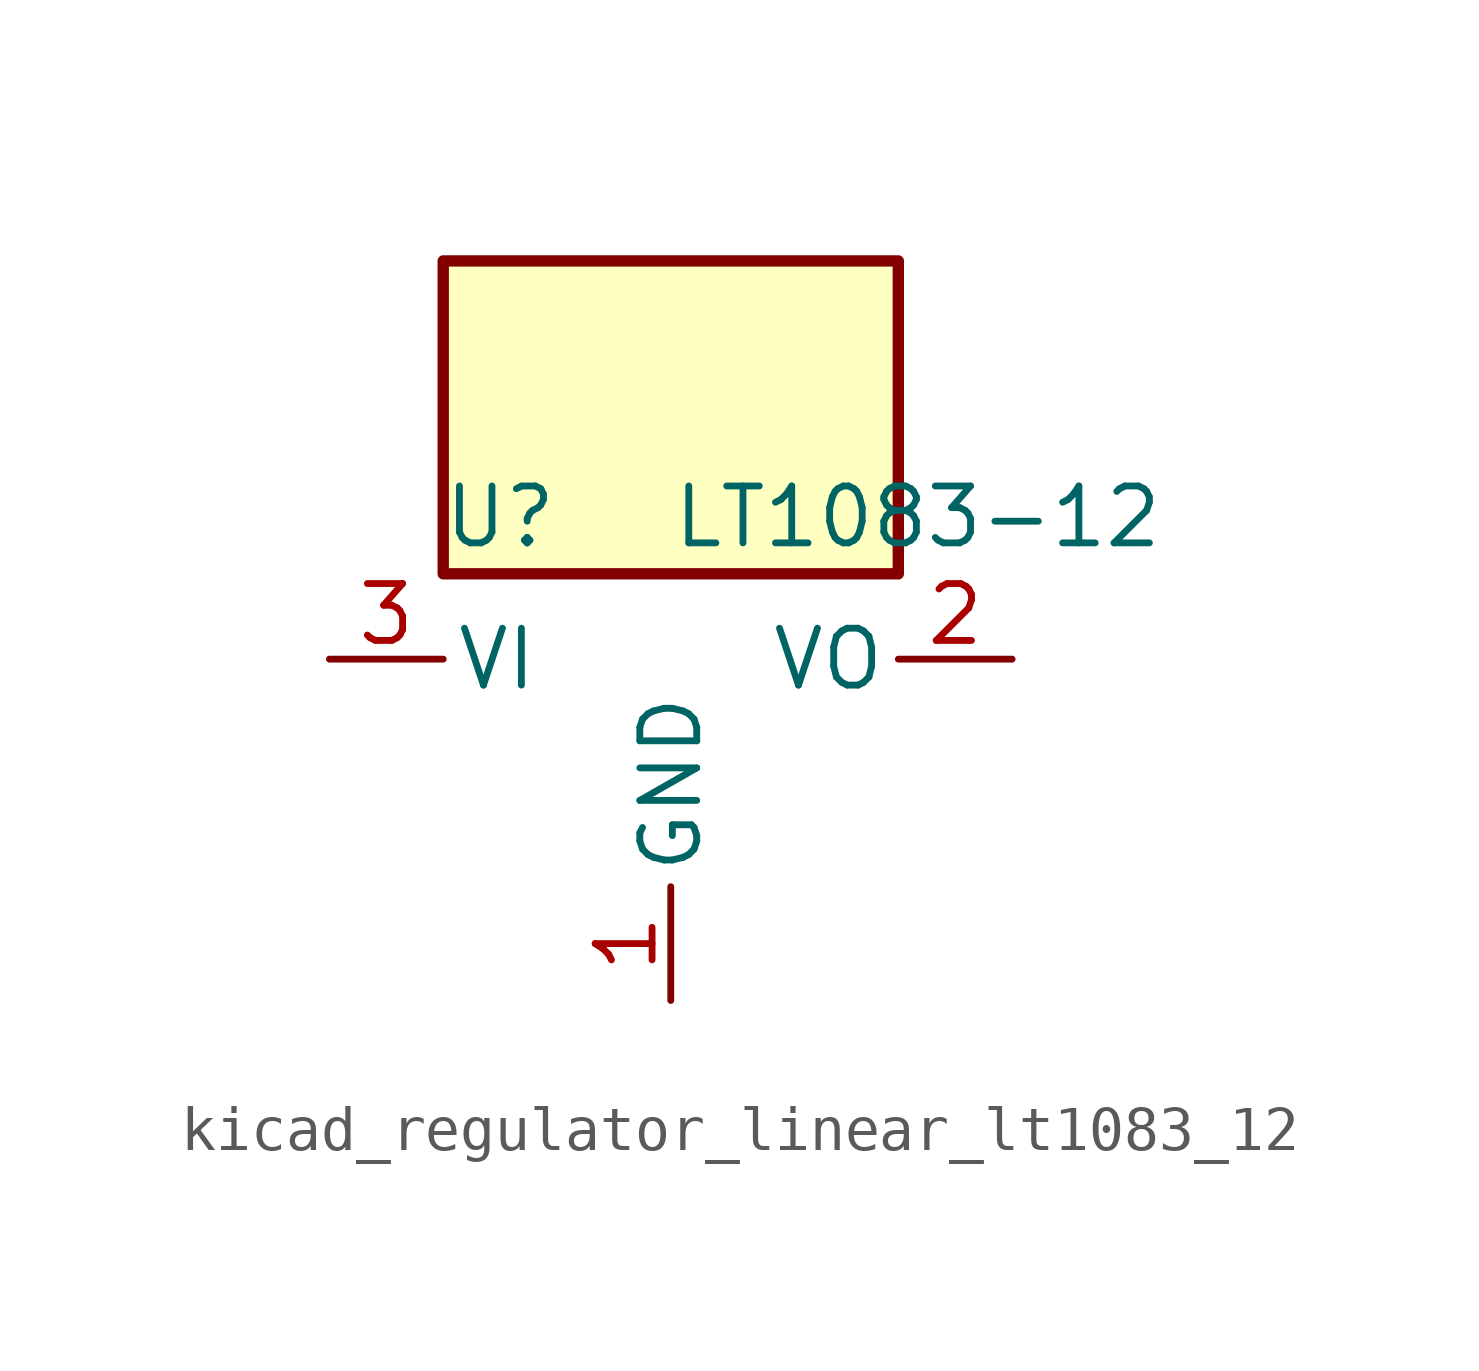
<source format=kicad_sym>
(kicad_symbol_lib
  (version 20220914)
  (generator kicad_symbol_editor)
  (symbol "kicad_regulator_linear_lt1083_12"
    (pin_names
      (offset 0.254))
    (property "Reference" "U"
      (at -3.81 3.175 0)
      (effects (font (size 1.27 1.27))))
    (property "Value" "LT1083-12"
      (at 0 3.175 0)
      (effects (font (size 1.27 1.27)) (justify left)))
    (symbol "kicad_regulator_linear_lt1083_12_0_1"
      (rectangle (start 5.08 8.89) (end -5.08 1.905) (stroke (width 0.254) (type default)) (fill (type background))))
    (symbol "kicad_regulator_linear_lt1083_12_1_1"
      (pin power_in line (at 0 -7.62 90) (length 2.54) (name "GND" (effects (font (size 1.27 1.27)))) (number "1" (effects (font (size 1.27 1.27)))))
      (pin power_out line (at 7.62 0 180) (length 2.54) (name "VO" (effects (font (size 1.27 1.27)))) (number "2" (effects (font (size 1.27 1.27)))))
      (pin power_in line (at -7.62 0 0) (length 2.54) (name "VI" (effects (font (size 1.27 1.27)))) (number "3" (effects (font (size 1.27 1.27))))))))
</source>
